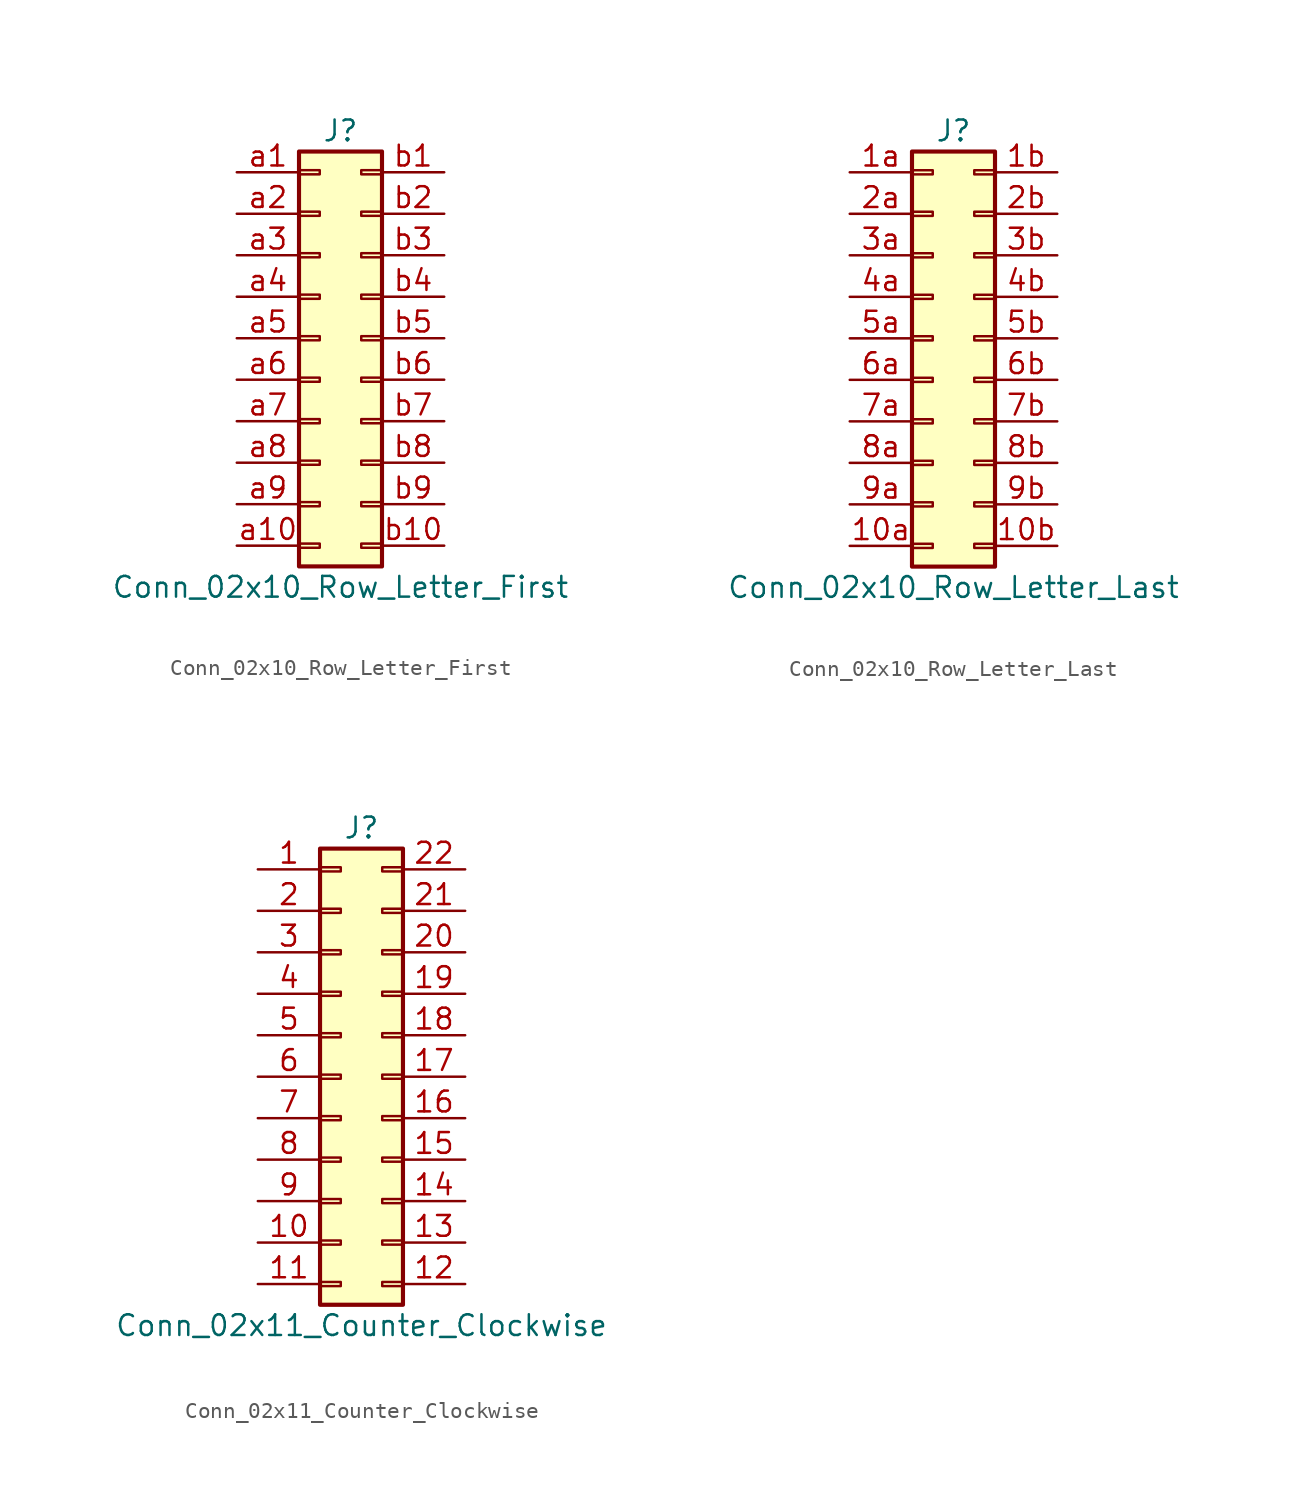
<source format=kicad_sym>
(kicad_symbol_lib
  (version 20220914)
  (generator kicad_symbol_editor)
  (symbol "Conn_02x10_Row_Letter_First"
    (pin_names
      (offset 1.016) hide)
    (property "Reference" "J"
      (at 1.27 12.7 0)
      (effects (font (size 1.27 1.27))))
    (property "Value" "Conn_02x10_Row_Letter_First"
      (at 1.27 -15.24 0)
      (effects (font (size 1.27 1.27))))
    (symbol "Conn_02x10_Row_Letter_First_1_1"
      (rectangle (start -1.27 -12.573) (end 0 -12.827) (stroke (width 0.152) (type default)) (fill (type none)))
      (rectangle (start -1.27 -10.033) (end 0 -10.287) (stroke (width 0.152) (type default)) (fill (type none)))
      (rectangle (start -1.27 -7.493) (end 0 -7.747) (stroke (width 0.152) (type default)) (fill (type none)))
      (rectangle (start -1.27 -4.953) (end 0 -5.207) (stroke (width 0.152) (type default)) (fill (type none)))
      (rectangle (start -1.27 -2.413) (end 0 -2.667) (stroke (width 0.152) (type default)) (fill (type none)))
      (rectangle (start -1.27 0.127) (end 0 -0.127) (stroke (width 0.152) (type default)) (fill (type none)))
      (rectangle (start -1.27 2.667) (end 0 2.413) (stroke (width 0.152) (type default)) (fill (type none)))
      (rectangle (start -1.27 5.207) (end 0 4.953) (stroke (width 0.152) (type default)) (fill (type none)))
      (rectangle (start -1.27 7.747) (end 0 7.493) (stroke (width 0.152) (type default)) (fill (type none)))
      (rectangle (start -1.27 10.287) (end 0 10.033) (stroke (width 0.152) (type default)) (fill (type none)))
      (rectangle (start -1.27 11.43) (end 3.81 -13.97) (stroke (width 0.254) (type default)) (fill (type background)))
      (rectangle (start 3.81 -12.573) (end 2.54 -12.827) (stroke (width 0.152) (type default)) (fill (type none)))
      (rectangle (start 3.81 -10.033) (end 2.54 -10.287) (stroke (width 0.152) (type default)) (fill (type none)))
      (rectangle (start 3.81 -7.493) (end 2.54 -7.747) (stroke (width 0.152) (type default)) (fill (type none)))
      (rectangle (start 3.81 -4.953) (end 2.54 -5.207) (stroke (width 0.152) (type default)) (fill (type none)))
      (rectangle (start 3.81 -2.413) (end 2.54 -2.667) (stroke (width 0.152) (type default)) (fill (type none)))
      (rectangle (start 3.81 0.127) (end 2.54 -0.127) (stroke (width 0.152) (type default)) (fill (type none)))
      (rectangle (start 3.81 2.667) (end 2.54 2.413) (stroke (width 0.152) (type default)) (fill (type none)))
      (rectangle (start 3.81 5.207) (end 2.54 4.953) (stroke (width 0.152) (type default)) (fill (type none)))
      (rectangle (start 3.81 7.747) (end 2.54 7.493) (stroke (width 0.152) (type default)) (fill (type none)))
      (rectangle (start 3.81 10.287) (end 2.54 10.033) (stroke (width 0.152) (type default)) (fill (type none)))
      (pin passive line (at -5.08 10.16 0) (length 3.81) (name "Pin_a1" (effects (font (size 1.27 1.27)))) (number "a1" (effects (font (size 1.27 1.27)))))
      (pin passive line (at -5.08 -12.7 0) (length 3.81) (name "Pin_a10" (effects (font (size 1.27 1.27)))) (number "a10" (effects (font (size 1.27 1.27)))))
      (pin passive line (at -5.08 7.62 0) (length 3.81) (name "Pin_a2" (effects (font (size 1.27 1.27)))) (number "a2" (effects (font (size 1.27 1.27)))))
      (pin passive line (at -5.08 5.08 0) (length 3.81) (name "Pin_a3" (effects (font (size 1.27 1.27)))) (number "a3" (effects (font (size 1.27 1.27)))))
      (pin passive line (at -5.08 2.54 0) (length 3.81) (name "Pin_a4" (effects (font (size 1.27 1.27)))) (number "a4" (effects (font (size 1.27 1.27)))))
      (pin passive line (at -5.08 0 0) (length 3.81) (name "Pin_a5" (effects (font (size 1.27 1.27)))) (number "a5" (effects (font (size 1.27 1.27)))))
      (pin passive line (at -5.08 -2.54 0) (length 3.81) (name "Pin_a6" (effects (font (size 1.27 1.27)))) (number "a6" (effects (font (size 1.27 1.27)))))
      (pin passive line (at -5.08 -5.08 0) (length 3.81) (name "Pin_a7" (effects (font (size 1.27 1.27)))) (number "a7" (effects (font (size 1.27 1.27)))))
      (pin passive line (at -5.08 -7.62 0) (length 3.81) (name "Pin_a8" (effects (font (size 1.27 1.27)))) (number "a8" (effects (font (size 1.27 1.27)))))
      (pin passive line (at -5.08 -10.16 0) (length 3.81) (name "Pin_a9" (effects (font (size 1.27 1.27)))) (number "a9" (effects (font (size 1.27 1.27)))))
      (pin passive line (at 7.62 10.16 180) (length 3.81) (name "Pin_b1" (effects (font (size 1.27 1.27)))) (number "b1" (effects (font (size 1.27 1.27)))))
      (pin passive line (at 7.62 -12.7 180) (length 3.81) (name "Pin_b10" (effects (font (size 1.27 1.27)))) (number "b10" (effects (font (size 1.27 1.27)))))
      (pin passive line (at 7.62 7.62 180) (length 3.81) (name "Pin_b2" (effects (font (size 1.27 1.27)))) (number "b2" (effects (font (size 1.27 1.27)))))
      (pin passive line (at 7.62 5.08 180) (length 3.81) (name "Pin_b3" (effects (font (size 1.27 1.27)))) (number "b3" (effects (font (size 1.27 1.27)))))
      (pin passive line (at 7.62 2.54 180) (length 3.81) (name "Pin_b4" (effects (font (size 1.27 1.27)))) (number "b4" (effects (font (size 1.27 1.27)))))
      (pin passive line (at 7.62 0 180) (length 3.81) (name "Pin_b5" (effects (font (size 1.27 1.27)))) (number "b5" (effects (font (size 1.27 1.27)))))
      (pin passive line (at 7.62 -2.54 180) (length 3.81) (name "Pin_b6" (effects (font (size 1.27 1.27)))) (number "b6" (effects (font (size 1.27 1.27)))))
      (pin passive line (at 7.62 -5.08 180) (length 3.81) (name "Pin_b7" (effects (font (size 1.27 1.27)))) (number "b7" (effects (font (size 1.27 1.27)))))
      (pin passive line (at 7.62 -7.62 180) (length 3.81) (name "Pin_b8" (effects (font (size 1.27 1.27)))) (number "b8" (effects (font (size 1.27 1.27)))))
      (pin passive line (at 7.62 -10.16 180) (length 3.81) (name "Pin_b9" (effects (font (size 1.27 1.27)))) (number "b9" (effects (font (size 1.27 1.27)))))))
  (symbol "Conn_02x10_Row_Letter_Last"
    (pin_names
      (offset 1.016) hide)
    (property "Reference" "J"
      (at 1.27 12.7 0)
      (effects (font (size 1.27 1.27))))
    (property "Value" "Conn_02x10_Row_Letter_Last"
      (at 1.27 -15.24 0)
      (effects (font (size 1.27 1.27))))
    (symbol "Conn_02x10_Row_Letter_Last_1_1"
      (rectangle (start -1.27 -12.573) (end 0 -12.827) (stroke (width 0.152) (type default)) (fill (type none)))
      (rectangle (start -1.27 -10.033) (end 0 -10.287) (stroke (width 0.152) (type default)) (fill (type none)))
      (rectangle (start -1.27 -7.493) (end 0 -7.747) (stroke (width 0.152) (type default)) (fill (type none)))
      (rectangle (start -1.27 -4.953) (end 0 -5.207) (stroke (width 0.152) (type default)) (fill (type none)))
      (rectangle (start -1.27 -2.413) (end 0 -2.667) (stroke (width 0.152) (type default)) (fill (type none)))
      (rectangle (start -1.27 0.127) (end 0 -0.127) (stroke (width 0.152) (type default)) (fill (type none)))
      (rectangle (start -1.27 2.667) (end 0 2.413) (stroke (width 0.152) (type default)) (fill (type none)))
      (rectangle (start -1.27 5.207) (end 0 4.953) (stroke (width 0.152) (type default)) (fill (type none)))
      (rectangle (start -1.27 7.747) (end 0 7.493) (stroke (width 0.152) (type default)) (fill (type none)))
      (rectangle (start -1.27 10.287) (end 0 10.033) (stroke (width 0.152) (type default)) (fill (type none)))
      (rectangle (start -1.27 11.43) (end 3.81 -13.97) (stroke (width 0.254) (type default)) (fill (type background)))
      (rectangle (start 3.81 -12.573) (end 2.54 -12.827) (stroke (width 0.152) (type default)) (fill (type none)))
      (rectangle (start 3.81 -10.033) (end 2.54 -10.287) (stroke (width 0.152) (type default)) (fill (type none)))
      (rectangle (start 3.81 -7.493) (end 2.54 -7.747) (stroke (width 0.152) (type default)) (fill (type none)))
      (rectangle (start 3.81 -4.953) (end 2.54 -5.207) (stroke (width 0.152) (type default)) (fill (type none)))
      (rectangle (start 3.81 -2.413) (end 2.54 -2.667) (stroke (width 0.152) (type default)) (fill (type none)))
      (rectangle (start 3.81 0.127) (end 2.54 -0.127) (stroke (width 0.152) (type default)) (fill (type none)))
      (rectangle (start 3.81 2.667) (end 2.54 2.413) (stroke (width 0.152) (type default)) (fill (type none)))
      (rectangle (start 3.81 5.207) (end 2.54 4.953) (stroke (width 0.152) (type default)) (fill (type none)))
      (rectangle (start 3.81 7.747) (end 2.54 7.493) (stroke (width 0.152) (type default)) (fill (type none)))
      (rectangle (start 3.81 10.287) (end 2.54 10.033) (stroke (width 0.152) (type default)) (fill (type none)))
      (pin passive line (at -5.08 -12.7 0) (length 3.81) (name "Pin_10a" (effects (font (size 1.27 1.27)))) (number "10a" (effects (font (size 1.27 1.27)))))
      (pin passive line (at 7.62 -12.7 180) (length 3.81) (name "Pin_10b" (effects (font (size 1.27 1.27)))) (number "10b" (effects (font (size 1.27 1.27)))))
      (pin passive line (at -5.08 10.16 0) (length 3.81) (name "Pin_1a" (effects (font (size 1.27 1.27)))) (number "1a" (effects (font (size 1.27 1.27)))))
      (pin passive line (at 7.62 10.16 180) (length 3.81) (name "Pin_1b" (effects (font (size 1.27 1.27)))) (number "1b" (effects (font (size 1.27 1.27)))))
      (pin passive line (at -5.08 7.62 0) (length 3.81) (name "Pin_2a" (effects (font (size 1.27 1.27)))) (number "2a" (effects (font (size 1.27 1.27)))))
      (pin passive line (at 7.62 7.62 180) (length 3.81) (name "Pin_2b" (effects (font (size 1.27 1.27)))) (number "2b" (effects (font (size 1.27 1.27)))))
      (pin passive line (at -5.08 5.08 0) (length 3.81) (name "Pin_3a" (effects (font (size 1.27 1.27)))) (number "3a" (effects (font (size 1.27 1.27)))))
      (pin passive line (at 7.62 5.08 180) (length 3.81) (name "Pin_3b" (effects (font (size 1.27 1.27)))) (number "3b" (effects (font (size 1.27 1.27)))))
      (pin passive line (at -5.08 2.54 0) (length 3.81) (name "Pin_4a" (effects (font (size 1.27 1.27)))) (number "4a" (effects (font (size 1.27 1.27)))))
      (pin passive line (at 7.62 2.54 180) (length 3.81) (name "Pin_4b" (effects (font (size 1.27 1.27)))) (number "4b" (effects (font (size 1.27 1.27)))))
      (pin passive line (at -5.08 0 0) (length 3.81) (name "Pin_5a" (effects (font (size 1.27 1.27)))) (number "5a" (effects (font (size 1.27 1.27)))))
      (pin passive line (at 7.62 0 180) (length 3.81) (name "Pin_5b" (effects (font (size 1.27 1.27)))) (number "5b" (effects (font (size 1.27 1.27)))))
      (pin passive line (at -5.08 -2.54 0) (length 3.81) (name "Pin_6a" (effects (font (size 1.27 1.27)))) (number "6a" (effects (font (size 1.27 1.27)))))
      (pin passive line (at 7.62 -2.54 180) (length 3.81) (name "Pin_6b" (effects (font (size 1.27 1.27)))) (number "6b" (effects (font (size 1.27 1.27)))))
      (pin passive line (at -5.08 -5.08 0) (length 3.81) (name "Pin_7a" (effects (font (size 1.27 1.27)))) (number "7a" (effects (font (size 1.27 1.27)))))
      (pin passive line (at 7.62 -5.08 180) (length 3.81) (name "Pin_7b" (effects (font (size 1.27 1.27)))) (number "7b" (effects (font (size 1.27 1.27)))))
      (pin passive line (at -5.08 -7.62 0) (length 3.81) (name "Pin_8a" (effects (font (size 1.27 1.27)))) (number "8a" (effects (font (size 1.27 1.27)))))
      (pin passive line (at 7.62 -7.62 180) (length 3.81) (name "Pin_8b" (effects (font (size 1.27 1.27)))) (number "8b" (effects (font (size 1.27 1.27)))))
      (pin passive line (at -5.08 -10.16 0) (length 3.81) (name "Pin_9a" (effects (font (size 1.27 1.27)))) (number "9a" (effects (font (size 1.27 1.27)))))
      (pin passive line (at 7.62 -10.16 180) (length 3.81) (name "Pin_9b" (effects (font (size 1.27 1.27)))) (number "9b" (effects (font (size 1.27 1.27)))))))
  (symbol "Conn_02x11_Counter_Clockwise"
    (pin_names
      (offset 1.016) hide)
    (property "Reference" "J"
      (at 1.27 15.24 0)
      (effects (font (size 1.27 1.27))))
    (property "Value" "Conn_02x11_Counter_Clockwise"
      (at 1.27 -15.24 0)
      (effects (font (size 1.27 1.27))))
    (symbol "Conn_02x11_Counter_Clockwise_1_1"
      (rectangle (start -1.27 -12.573) (end 0 -12.827) (stroke (width 0.152) (type default)) (fill (type none)))
      (rectangle (start -1.27 -10.033) (end 0 -10.287) (stroke (width 0.152) (type default)) (fill (type none)))
      (rectangle (start -1.27 -7.493) (end 0 -7.747) (stroke (width 0.152) (type default)) (fill (type none)))
      (rectangle (start -1.27 -4.953) (end 0 -5.207) (stroke (width 0.152) (type default)) (fill (type none)))
      (rectangle (start -1.27 -2.413) (end 0 -2.667) (stroke (width 0.152) (type default)) (fill (type none)))
      (rectangle (start -1.27 0.127) (end 0 -0.127) (stroke (width 0.152) (type default)) (fill (type none)))
      (rectangle (start -1.27 2.667) (end 0 2.413) (stroke (width 0.152) (type default)) (fill (type none)))
      (rectangle (start -1.27 5.207) (end 0 4.953) (stroke (width 0.152) (type default)) (fill (type none)))
      (rectangle (start -1.27 7.747) (end 0 7.493) (stroke (width 0.152) (type default)) (fill (type none)))
      (rectangle (start -1.27 10.287) (end 0 10.033) (stroke (width 0.152) (type default)) (fill (type none)))
      (rectangle (start -1.27 12.827) (end 0 12.573) (stroke (width 0.152) (type default)) (fill (type none)))
      (rectangle (start -1.27 13.97) (end 3.81 -13.97) (stroke (width 0.254) (type default)) (fill (type background)))
      (rectangle (start 3.81 -12.573) (end 2.54 -12.827) (stroke (width 0.152) (type default)) (fill (type none)))
      (rectangle (start 3.81 -10.033) (end 2.54 -10.287) (stroke (width 0.152) (type default)) (fill (type none)))
      (rectangle (start 3.81 -7.493) (end 2.54 -7.747) (stroke (width 0.152) (type default)) (fill (type none)))
      (rectangle (start 3.81 -4.953) (end 2.54 -5.207) (stroke (width 0.152) (type default)) (fill (type none)))
      (rectangle (start 3.81 -2.413) (end 2.54 -2.667) (stroke (width 0.152) (type default)) (fill (type none)))
      (rectangle (start 3.81 0.127) (end 2.54 -0.127) (stroke (width 0.152) (type default)) (fill (type none)))
      (rectangle (start 3.81 2.667) (end 2.54 2.413) (stroke (width 0.152) (type default)) (fill (type none)))
      (rectangle (start 3.81 5.207) (end 2.54 4.953) (stroke (width 0.152) (type default)) (fill (type none)))
      (rectangle (start 3.81 7.747) (end 2.54 7.493) (stroke (width 0.152) (type default)) (fill (type none)))
      (rectangle (start 3.81 10.287) (end 2.54 10.033) (stroke (width 0.152) (type default)) (fill (type none)))
      (rectangle (start 3.81 12.827) (end 2.54 12.573) (stroke (width 0.152) (type default)) (fill (type none)))
      (pin passive line (at -5.08 12.7 0) (length 3.81) (name "Pin_1" (effects (font (size 1.27 1.27)))) (number "1" (effects (font (size 1.27 1.27)))))
      (pin passive line (at -5.08 -10.16 0) (length 3.81) (name "Pin_10" (effects (font (size 1.27 1.27)))) (number "10" (effects (font (size 1.27 1.27)))))
      (pin passive line (at -5.08 -12.7 0) (length 3.81) (name "Pin_11" (effects (font (size 1.27 1.27)))) (number "11" (effects (font (size 1.27 1.27)))))
      (pin passive line (at 7.62 -12.7 180) (length 3.81) (name "Pin_12" (effects (font (size 1.27 1.27)))) (number "12" (effects (font (size 1.27 1.27)))))
      (pin passive line (at 7.62 -10.16 180) (length 3.81) (name "Pin_13" (effects (font (size 1.27 1.27)))) (number "13" (effects (font (size 1.27 1.27)))))
      (pin passive line (at 7.62 -7.62 180) (length 3.81) (name "Pin_14" (effects (font (size 1.27 1.27)))) (number "14" (effects (font (size 1.27 1.27)))))
      (pin passive line (at 7.62 -5.08 180) (length 3.81) (name "Pin_15" (effects (font (size 1.27 1.27)))) (number "15" (effects (font (size 1.27 1.27)))))
      (pin passive line (at 7.62 -2.54 180) (length 3.81) (name "Pin_16" (effects (font (size 1.27 1.27)))) (number "16" (effects (font (size 1.27 1.27)))))
      (pin passive line (at 7.62 0 180) (length 3.81) (name "Pin_17" (effects (font (size 1.27 1.27)))) (number "17" (effects (font (size 1.27 1.27)))))
      (pin passive line (at 7.62 2.54 180) (length 3.81) (name "Pin_18" (effects (font (size 1.27 1.27)))) (number "18" (effects (font (size 1.27 1.27)))))
      (pin passive line (at 7.62 5.08 180) (length 3.81) (name "Pin_19" (effects (font (size 1.27 1.27)))) (number "19" (effects (font (size 1.27 1.27)))))
      (pin passive line (at -5.08 10.16 0) (length 3.81) (name "Pin_2" (effects (font (size 1.27 1.27)))) (number "2" (effects (font (size 1.27 1.27)))))
      (pin passive line (at 7.62 7.62 180) (length 3.81) (name "Pin_20" (effects (font (size 1.27 1.27)))) (number "20" (effects (font (size 1.27 1.27)))))
      (pin passive line (at 7.62 10.16 180) (length 3.81) (name "Pin_21" (effects (font (size 1.27 1.27)))) (number "21" (effects (font (size 1.27 1.27)))))
      (pin passive line (at 7.62 12.7 180) (length 3.81) (name "Pin_22" (effects (font (size 1.27 1.27)))) (number "22" (effects (font (size 1.27 1.27)))))
      (pin passive line (at -5.08 7.62 0) (length 3.81) (name "Pin_3" (effects (font (size 1.27 1.27)))) (number "3" (effects (font (size 1.27 1.27)))))
      (pin passive line (at -5.08 5.08 0) (length 3.81) (name "Pin_4" (effects (font (size 1.27 1.27)))) (number "4" (effects (font (size 1.27 1.27)))))
      (pin passive line (at -5.08 2.54 0) (length 3.81) (name "Pin_5" (effects (font (size 1.27 1.27)))) (number "5" (effects (font (size 1.27 1.27)))))
      (pin passive line (at -5.08 0 0) (length 3.81) (name "Pin_6" (effects (font (size 1.27 1.27)))) (number "6" (effects (font (size 1.27 1.27)))))
      (pin passive line (at -5.08 -2.54 0) (length 3.81) (name "Pin_7" (effects (font (size 1.27 1.27)))) (number "7" (effects (font (size 1.27 1.27)))))
      (pin passive line (at -5.08 -5.08 0) (length 3.81) (name "Pin_8" (effects (font (size 1.27 1.27)))) (number "8" (effects (font (size 1.27 1.27)))))
      (pin passive line (at -5.08 -7.62 0) (length 3.81) (name "Pin_9" (effects (font (size 1.27 1.27)))) (number "9" (effects (font (size 1.27 1.27))))))))
</source>
